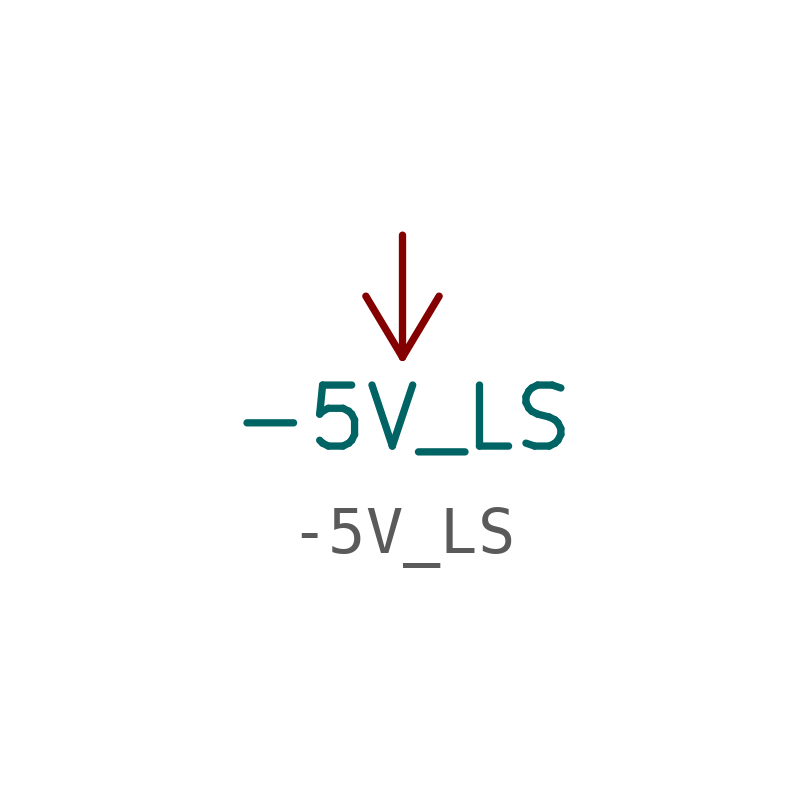
<source format=kicad_sym>
(kicad_symbol_lib
  (version 20220914)
  (generator kicad_symbol_editor)
  (symbol "-5V_LS"
    (power)
    (pin_numbers hide)
    (pin_names
      (offset 0))
    (property "Reference" "#PWR"
      (at 1.27 0 90)
      (effects (font (size 1.27 1.27)) hide))
    (property "Value" "-5V_LS"
      (at 0 -3.81 0)
      (effects (font (size 1.27 1.27))))
    (symbol "-5V_LS_1_1"
      (polyline (pts (xy 0 -2.54) (xy -0.762 -1.27)) (stroke (width 0) (type default)) (fill (type none)))
      (polyline (pts (xy 0 0) (xy 0 -2.54)) (stroke (width 0) (type default)) (fill (type none)))
      (polyline (pts (xy 0.762 -1.27) (xy 0 -2.54)) (stroke (width 0) (type default)) (fill (type none)))
      (pin power_in line (at 0 0 90) (length 0) hide (name "-5V_LS" (effects (font (size 1.27 1.27)))) (number "1" (effects (font (size 1.27 1.27))))))))
</source>
